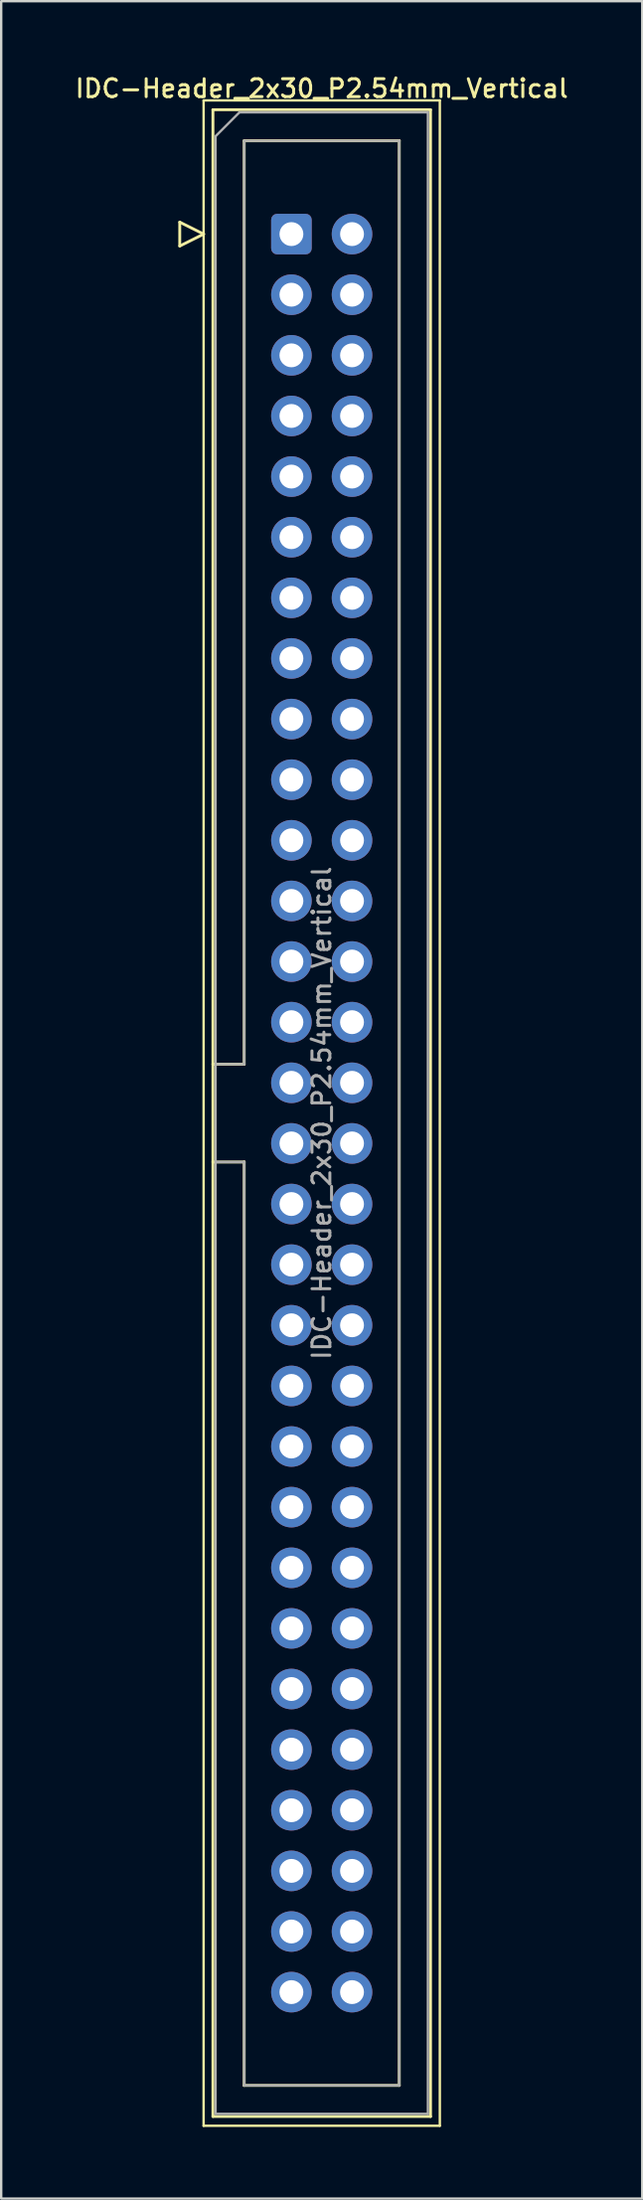
<source format=kicad_pcb>
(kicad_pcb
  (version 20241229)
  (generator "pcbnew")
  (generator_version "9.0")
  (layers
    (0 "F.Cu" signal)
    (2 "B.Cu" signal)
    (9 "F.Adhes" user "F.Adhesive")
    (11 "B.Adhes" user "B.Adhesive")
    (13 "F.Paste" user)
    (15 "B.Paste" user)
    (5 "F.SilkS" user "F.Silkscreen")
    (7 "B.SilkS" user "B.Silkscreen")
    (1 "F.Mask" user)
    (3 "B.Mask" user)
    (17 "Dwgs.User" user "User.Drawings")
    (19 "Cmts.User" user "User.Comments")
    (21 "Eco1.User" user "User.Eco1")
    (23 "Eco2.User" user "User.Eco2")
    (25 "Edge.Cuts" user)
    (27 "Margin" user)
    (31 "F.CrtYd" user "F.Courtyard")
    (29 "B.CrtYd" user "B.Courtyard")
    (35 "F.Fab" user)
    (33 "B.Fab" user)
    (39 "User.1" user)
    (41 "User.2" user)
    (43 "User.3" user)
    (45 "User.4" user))
  (footprint "IDC-Header_2x30_P2.54mm_Vertical"
    (layer "F.Cu")
    (at 9.164 6.758)
    (property "Reference" "IDC-Header_2x30_P2.54mm_Vertical" (at 1.27 -6.1 0) (layer "F.SilkS") (effects (font (size 0.75 0.75) (thickness 0.125))))
    (attr through_hole)
    (fp_line (start -4.68 -0.5) (end -4.68 0.5) (stroke (width 0.12) (type solid)) (layer "F.SilkS"))
    (fp_line (start -4.68 0.5) (end -3.68 0) (stroke (width 0.12) (type solid)) (layer "F.SilkS"))
    (fp_line (start -3.68 -5.6) (end -3.68 79.26) (stroke (width 0.1) (type solid)) (layer "F.SilkS"))
    (fp_line (start -3.68 0) (end -4.68 -0.5) (stroke (width 0.12) (type solid)) (layer "F.SilkS"))
    (fp_line (start -3.68 79.26) (end 6.22 79.26) (stroke (width 0.1) (type solid)) (layer "F.SilkS"))
    (fp_line (start -3.29 -5.21) (end 5.83 -5.21) (stroke (width 0.12) (type solid)) (layer "F.SilkS"))
    (fp_line (start -3.29 34.78) (end -1.98 34.78) (stroke (width 0.12) (type solid)) (layer "F.SilkS"))
    (fp_line (start -3.29 78.87) (end -3.29 -5.21) (stroke (width 0.12) (type solid)) (layer "F.SilkS"))
    (fp_line (start -1.98 -3.91) (end 4.52 -3.91) (stroke (width 0.12) (type solid)) (layer "F.SilkS"))
    (fp_line (start -1.98 34.78) (end -1.98 -3.91) (stroke (width 0.12) (type solid)) (layer "F.SilkS"))
    (fp_line (start -1.98 38.88) (end -3.29 38.88) (stroke (width 0.12) (type solid)) (layer "F.SilkS"))
    (fp_line (start -1.98 38.88) (end -1.98 38.88) (stroke (width 0.12) (type solid)) (layer "F.SilkS"))
    (fp_line (start -1.98 77.57) (end -1.98 38.88) (stroke (width 0.12) (type solid)) (layer "F.SilkS"))
    (fp_line (start 4.52 -3.91) (end 4.52 77.57) (stroke (width 0.12) (type solid)) (layer "F.SilkS"))
    (fp_line (start 4.52 77.57) (end -1.98 77.57) (stroke (width 0.12) (type solid)) (layer "F.SilkS"))
    (fp_line (start 5.83 -5.21) (end 5.83 78.87) (stroke (width 0.12) (type solid)) (layer "F.SilkS"))
    (fp_line (start 5.83 78.87) (end -3.29 78.87) (stroke (width 0.12) (type solid)) (layer "F.SilkS"))
    (fp_line (start 6.22 -5.6) (end -3.68 -5.6) (stroke (width 0.1) (type solid)) (layer "F.SilkS"))
    (fp_line (start 6.22 79.26) (end 6.22 -5.6) (stroke (width 0.1) (type solid)) (layer "F.SilkS"))
    (fp_line (start -3.18 -4.1) (end -2.18 -5.1) (stroke (width 0.1) (type solid)) (layer "F.Fab"))
    (fp_line (start -3.18 34.78) (end -1.98 34.78) (stroke (width 0.1) (type solid)) (layer "F.Fab"))
    (fp_line (start -3.18 78.76) (end -3.18 -4.1) (stroke (width 0.1) (type solid)) (layer "F.Fab"))
    (fp_line (start -2.18 -5.1) (end 5.72 -5.1) (stroke (width 0.1) (type solid)) (layer "F.Fab"))
    (fp_line (start -1.98 -3.91) (end 4.52 -3.91) (stroke (width 0.1) (type solid)) (layer "F.Fab"))
    (fp_line (start -1.98 34.78) (end -1.98 -3.91) (stroke (width 0.1) (type solid)) (layer "F.Fab"))
    (fp_line (start -1.98 38.88) (end -3.18 38.88) (stroke (width 0.1) (type solid)) (layer "F.Fab"))
    (fp_line (start -1.98 38.88) (end -1.98 38.88) (stroke (width 0.1) (type solid)) (layer "F.Fab"))
    (fp_line (start -1.98 77.57) (end -1.98 38.88) (stroke (width 0.1) (type solid)) (layer "F.Fab"))
    (fp_line (start 4.52 -3.91) (end 4.52 77.57) (stroke (width 0.1) (type solid)) (layer "F.Fab"))
    (fp_line (start 4.52 77.57) (end -1.98 77.57) (stroke (width 0.1) (type solid)) (layer "F.Fab"))
    (fp_line (start 5.72 -5.1) (end 5.72 78.76) (stroke (width 0.1) (type solid)) (layer "F.Fab"))
    (fp_line (start 5.72 78.76) (end -3.18 78.76) (stroke (width 0.1) (type solid)) (layer "F.Fab"))
    (fp_text user "${REFERENCE}" (at 1.27 36.83 90) (layer "F.Fab") (effects (font (size 0.75 0.75) (thickness 0.125))))
    (pad "1" thru_hole roundrect (at 0 0) (size 1.7 1.7) (drill 1) (layers "*.Cu" "*.Mask") (roundrect_rratio 0.147))
    (pad "2" thru_hole circle (at 2.54 0) (size 1.7 1.7) (drill 1) (layers "*.Cu" "*.Mask"))
    (pad "3" thru_hole circle (at 0 2.54) (size 1.7 1.7) (drill 1) (layers "*.Cu" "*.Mask"))
    (pad "4" thru_hole circle (at 2.54 2.54) (size 1.7 1.7) (drill 1) (layers "*.Cu" "*.Mask"))
    (pad "5" thru_hole circle (at 0 5.08) (size 1.7 1.7) (drill 1) (layers "*.Cu" "*.Mask"))
    (pad "6" thru_hole circle (at 2.54 5.08) (size 1.7 1.7) (drill 1) (layers "*.Cu" "*.Mask"))
    (pad "7" thru_hole circle (at 0 7.62) (size 1.7 1.7) (drill 1) (layers "*.Cu" "*.Mask"))
    (pad "8" thru_hole circle (at 2.54 7.62) (size 1.7 1.7) (drill 1) (layers "*.Cu" "*.Mask"))
    (pad "9" thru_hole circle (at 0 10.16) (size 1.7 1.7) (drill 1) (layers "*.Cu" "*.Mask"))
    (pad "10" thru_hole circle (at 2.54 10.16) (size 1.7 1.7) (drill 1) (layers "*.Cu" "*.Mask"))
    (pad "11" thru_hole circle (at 0 12.7) (size 1.7 1.7) (drill 1) (layers "*.Cu" "*.Mask"))
    (pad "12" thru_hole circle (at 2.54 12.7) (size 1.7 1.7) (drill 1) (layers "*.Cu" "*.Mask"))
    (pad "13" thru_hole circle (at 0 15.24) (size 1.7 1.7) (drill 1) (layers "*.Cu" "*.Mask"))
    (pad "14" thru_hole circle (at 2.54 15.24) (size 1.7 1.7) (drill 1) (layers "*.Cu" "*.Mask"))
    (pad "15" thru_hole circle (at 0 17.78) (size 1.7 1.7) (drill 1) (layers "*.Cu" "*.Mask"))
    (pad "16" thru_hole circle (at 2.54 17.78) (size 1.7 1.7) (drill 1) (layers "*.Cu" "*.Mask"))
    (pad "17" thru_hole circle (at 0 20.32) (size 1.7 1.7) (drill 1) (layers "*.Cu" "*.Mask"))
    (pad "18" thru_hole circle (at 2.54 20.32) (size 1.7 1.7) (drill 1) (layers "*.Cu" "*.Mask"))
    (pad "19" thru_hole circle (at 0 22.86) (size 1.7 1.7) (drill 1) (layers "*.Cu" "*.Mask"))
    (pad "20" thru_hole circle (at 2.54 22.86) (size 1.7 1.7) (drill 1) (layers "*.Cu" "*.Mask"))
    (pad "21" thru_hole circle (at 0 25.4) (size 1.7 1.7) (drill 1) (layers "*.Cu" "*.Mask"))
    (pad "22" thru_hole circle (at 2.54 25.4) (size 1.7 1.7) (drill 1) (layers "*.Cu" "*.Mask"))
    (pad "23" thru_hole circle (at 0 27.94) (size 1.7 1.7) (drill 1) (layers "*.Cu" "*.Mask"))
    (pad "24" thru_hole circle (at 2.54 27.94) (size 1.7 1.7) (drill 1) (layers "*.Cu" "*.Mask"))
    (pad "25" thru_hole circle (at 0 30.48) (size 1.7 1.7) (drill 1) (layers "*.Cu" "*.Mask"))
    (pad "26" thru_hole circle (at 2.54 30.48) (size 1.7 1.7) (drill 1) (layers "*.Cu" "*.Mask"))
    (pad "27" thru_hole circle (at 0 33.02) (size 1.7 1.7) (drill 1) (layers "*.Cu" "*.Mask"))
    (pad "28" thru_hole circle (at 2.54 33.02) (size 1.7 1.7) (drill 1) (layers "*.Cu" "*.Mask"))
    (pad "29" thru_hole circle (at 0 35.56) (size 1.7 1.7) (drill 1) (layers "*.Cu" "*.Mask"))
    (pad "30" thru_hole circle (at 2.54 35.56) (size 1.7 1.7) (drill 1) (layers "*.Cu" "*.Mask"))
    (pad "31" thru_hole circle (at 0 38.1) (size 1.7 1.7) (drill 1) (layers "*.Cu" "*.Mask"))
    (pad "32" thru_hole circle (at 2.54 38.1) (size 1.7 1.7) (drill 1) (layers "*.Cu" "*.Mask"))
    (pad "33" thru_hole circle (at 0 40.64) (size 1.7 1.7) (drill 1) (layers "*.Cu" "*.Mask"))
    (pad "34" thru_hole circle (at 2.54 40.64) (size 1.7 1.7) (drill 1) (layers "*.Cu" "*.Mask"))
    (pad "35" thru_hole circle (at 0 43.18) (size 1.7 1.7) (drill 1) (layers "*.Cu" "*.Mask"))
    (pad "36" thru_hole circle (at 2.54 43.18) (size 1.7 1.7) (drill 1) (layers "*.Cu" "*.Mask"))
    (pad "37" thru_hole circle (at 0 45.72) (size 1.7 1.7) (drill 1) (layers "*.Cu" "*.Mask"))
    (pad "38" thru_hole circle (at 2.54 45.72) (size 1.7 1.7) (drill 1) (layers "*.Cu" "*.Mask"))
    (pad "39" thru_hole circle (at 0 48.26) (size 1.7 1.7) (drill 1) (layers "*.Cu" "*.Mask"))
    (pad "40" thru_hole circle (at 2.54 48.26) (size 1.7 1.7) (drill 1) (layers "*.Cu" "*.Mask"))
    (pad "41" thru_hole circle (at 0 50.8) (size 1.7 1.7) (drill 1) (layers "*.Cu" "*.Mask"))
    (pad "42" thru_hole circle (at 2.54 50.8) (size 1.7 1.7) (drill 1) (layers "*.Cu" "*.Mask"))
    (pad "43" thru_hole circle (at 0 53.34) (size 1.7 1.7) (drill 1) (layers "*.Cu" "*.Mask"))
    (pad "44" thru_hole circle (at 2.54 53.34) (size 1.7 1.7) (drill 1) (layers "*.Cu" "*.Mask"))
    (pad "45" thru_hole circle (at 0 55.88) (size 1.7 1.7) (drill 1) (layers "*.Cu" "*.Mask"))
    (pad "46" thru_hole circle (at 2.54 55.88) (size 1.7 1.7) (drill 1) (layers "*.Cu" "*.Mask"))
    (pad "47" thru_hole circle (at 0 58.42) (size 1.7 1.7) (drill 1) (layers "*.Cu" "*.Mask"))
    (pad "48" thru_hole circle (at 2.54 58.42) (size 1.7 1.7) (drill 1) (layers "*.Cu" "*.Mask"))
    (pad "49" thru_hole circle (at 0 60.96) (size 1.7 1.7) (drill 1) (layers "*.Cu" "*.Mask"))
    (pad "50" thru_hole circle (at 2.54 60.96) (size 1.7 1.7) (drill 1) (layers "*.Cu" "*.Mask"))
    (pad "51" thru_hole circle (at 0 63.5) (size 1.7 1.7) (drill 1) (layers "*.Cu" "*.Mask"))
    (pad "52" thru_hole circle (at 2.54 63.5) (size 1.7 1.7) (drill 1) (layers "*.Cu" "*.Mask"))
    (pad "53" thru_hole circle (at 0 66.04) (size 1.7 1.7) (drill 1) (layers "*.Cu" "*.Mask"))
    (pad "54" thru_hole circle (at 2.54 66.04) (size 1.7 1.7) (drill 1) (layers "*.Cu" "*.Mask"))
    (pad "55" thru_hole circle (at 0 68.58) (size 1.7 1.7) (drill 1) (layers "*.Cu" "*.Mask"))
    (pad "56" thru_hole circle (at 2.54 68.58) (size 1.7 1.7) (drill 1) (layers "*.Cu" "*.Mask"))
    (pad "57" thru_hole circle (at 0 71.12) (size 1.7 1.7) (drill 1) (layers "*.Cu" "*.Mask"))
    (pad "58" thru_hole circle (at 2.54 71.12) (size 1.7 1.7) (drill 1) (layers "*.Cu" "*.Mask"))
    (pad "59" thru_hole circle (at 0 73.66) (size 1.7 1.7) (drill 1) (layers "*.Cu" "*.Mask"))
    (pad "60" thru_hole circle (at 2.54 73.66) (size 1.7 1.7) (drill 1) (layers "*.Cu" "*.Mask")))
  (gr_rect
    (start -3 -3)
    (end 23.868 89.068)
    (stroke (width 0.1) (type default))
    (fill no)
    (layer "Edge.Cuts")))
</source>
